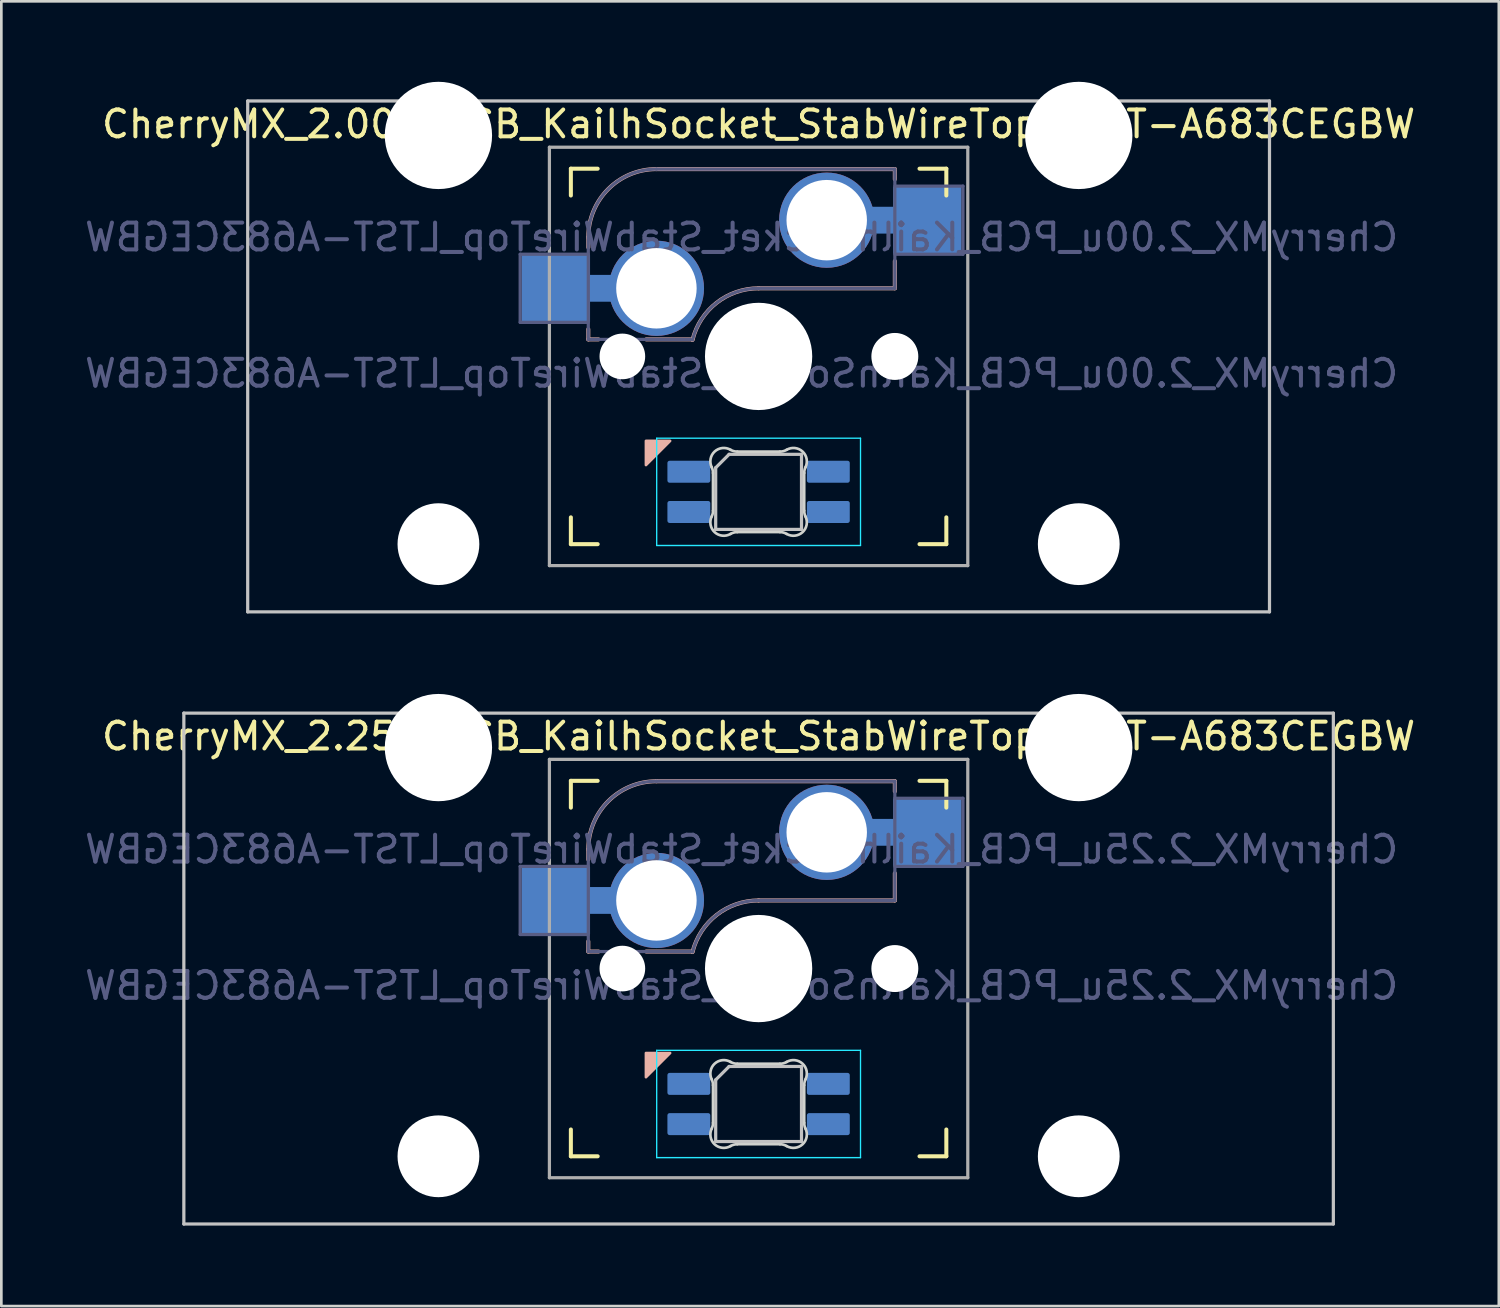
<source format=kicad_pcb>
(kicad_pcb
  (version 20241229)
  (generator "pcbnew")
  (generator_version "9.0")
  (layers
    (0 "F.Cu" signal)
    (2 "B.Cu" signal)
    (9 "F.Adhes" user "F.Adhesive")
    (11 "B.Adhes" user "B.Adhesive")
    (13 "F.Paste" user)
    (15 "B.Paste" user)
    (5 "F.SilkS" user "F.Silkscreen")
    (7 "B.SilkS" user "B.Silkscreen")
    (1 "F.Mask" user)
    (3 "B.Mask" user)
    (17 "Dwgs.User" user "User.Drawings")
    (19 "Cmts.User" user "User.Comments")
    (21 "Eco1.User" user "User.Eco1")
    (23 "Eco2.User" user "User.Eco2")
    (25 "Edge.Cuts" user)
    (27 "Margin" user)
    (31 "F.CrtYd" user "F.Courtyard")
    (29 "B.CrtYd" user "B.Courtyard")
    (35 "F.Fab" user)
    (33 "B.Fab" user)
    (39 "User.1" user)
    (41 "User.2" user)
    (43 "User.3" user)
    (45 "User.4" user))
  (footprint "CherryMX_2.25u_PCB_KailhSocket_StabWireTop_LTST-A683CEGBW"
    (layer "F.Cu")
    (at 25.236 33.065)
    (property "Reference" "CherryMX_2.25u_PCB_KailhSocket_StabWireTop_LTST-A683CEGBW" (at 0 -8.662 0) (layer "F.SilkS") (effects (font (size 1 1) (thickness 0.15))))
    (property "Value" "CherryMX_2.25u_PCB_KailhSocket_StabWireTop_LTST-A683CEGBW" (at 0 8.662 0) (layer "F.Fab") (hide yes) (effects (font (size 1 1) (thickness 0.15))))
    (attr through_hole)
    (fp_line (start -7 -6) (end -7 -7) (stroke (width 0.15) (type solid)) (layer "F.SilkS"))
    (fp_line (start -7 7) (end -7 6) (stroke (width 0.15) (type solid)) (layer "F.SilkS"))
    (fp_line (start -7 7) (end -6 7) (stroke (width 0.15) (type solid)) (layer "F.SilkS"))
    (fp_line (start -6 -7) (end -7 -7) (stroke (width 0.15) (type solid)) (layer "F.SilkS"))
    (fp_line (start 6 7) (end 7 7) (stroke (width 0.15) (type solid)) (layer "F.SilkS"))
    (fp_line (start 7 -7) (end 6 -7) (stroke (width 0.15) (type solid)) (layer "F.SilkS"))
    (fp_line (start 7 -7) (end 7 -6) (stroke (width 0.15) (type solid)) (layer "F.SilkS"))
    (fp_line (start 7 6) (end 7 7) (stroke (width 0.15) (type solid)) (layer "F.SilkS"))
    (fp_line (start -6.35 -4.445) (end -6.35 -4.064) (stroke (width 0.15) (type solid)) (layer "B.SilkS"))
    (fp_line (start -6.35 -1.016) (end -6.35 -0.635) (stroke (width 0.15) (type solid)) (layer "B.SilkS"))
    (fp_line (start -5.969 -0.635) (end -6.35 -0.635) (stroke (width 0.15) (type solid)) (layer "B.SilkS"))
    (fp_line (start -3.81 -6.985) (end 5.08 -6.985) (stroke (width 0.15) (type solid)) (layer "B.SilkS"))
    (fp_line (start -2.464 -0.635) (end -4.191 -0.635) (stroke (width 0.15) (type solid)) (layer "B.SilkS"))
    (fp_line (start 5.08 -6.985) (end 5.08 -6.604) (stroke (width 0.15) (type solid)) (layer "B.SilkS"))
    (fp_line (start 5.08 -3.556) (end 5.08 -2.54) (stroke (width 0.15) (type solid)) (layer "B.SilkS"))
    (fp_line (start 5.08 -2.54) (end 0 -2.54) (stroke (width 0.15) (type solid)) (layer "B.SilkS"))
    (fp_arc (start -6.35 -4.445) (mid -5.606051 -6.241051) (end -3.81 -6.985) (stroke (width 0.15) (type solid)) (layer "B.SilkS"))
    (fp_arc (start -2.464162 -0.61604) (mid -1.563147 -2.002042) (end 0 -2.54) (stroke (width 0.15) (type solid)) (layer "B.SilkS"))
    (fp_poly (pts (xy -4.2 4.05) (xy -3.3 3.15) (xy -4.2 3.15)) (stroke (width 0.1) (type solid)) (fill yes) (layer "B.SilkS"))
    (fp_line (start -21.431 -9.525) (end 21.431 -9.525) (stroke (width 0.12) (type solid)) (layer "Dwgs.User"))
    (fp_line (start -21.431 9.525) (end -21.431 -9.525) (stroke (width 0.12) (type solid)) (layer "Dwgs.User"))
    (fp_line (start -1.6 4.15) (end -1.6 6.45) (stroke (width 0.12) (type solid)) (layer "Dwgs.User"))
    (fp_line (start -1.6 4.15) (end -1.1 3.65) (stroke (width 0.12) (type solid)) (layer "Dwgs.User"))
    (fp_line (start -1.6 6.45) (end 1.6 6.45) (stroke (width 0.12) (type solid)) (layer "Dwgs.User"))
    (fp_line (start 1.6 3.65) (end -1.1 3.65) (stroke (width 0.12) (type solid)) (layer "Dwgs.User"))
    (fp_line (start 1.6 6.45) (end 1.6 3.65) (stroke (width 0.12) (type solid)) (layer "Dwgs.User"))
    (fp_line (start 21.431 -9.525) (end 21.431 9.525) (stroke (width 0.12) (type solid)) (layer "Dwgs.User"))
    (fp_line (start 21.431 9.525) (end -21.431 9.525) (stroke (width 0.12) (type solid)) (layer "Dwgs.User"))
    (fp_line (start -6.9 6.9) (end -6.9 -6.9) (stroke (width 0.15) (type solid)) (layer "Eco2.User"))
    (fp_line (start -6.9 6.9) (end 6.9 6.9) (stroke (width 0.15) (type solid)) (layer "Eco2.User"))
    (fp_line (start 6.9 -6.9) (end -6.9 -6.9) (stroke (width 0.15) (type solid)) (layer "Eco2.User"))
    (fp_line (start 6.9 -6.9) (end 6.9 6.9) (stroke (width 0.15) (type solid)) (layer "Eco2.User"))
    (fp_line (start -1.7 5.753) (end -1.7 4.347) (stroke (width 0.1) (type solid)) (layer "Edge.Cuts"))
    (fp_line (start -0.794 3.55) (end 0.794 3.55) (stroke (width 0.1) (type solid)) (layer "Edge.Cuts"))
    (fp_line (start 0.794 6.55) (end -0.794 6.55) (stroke (width 0.1) (type solid)) (layer "Edge.Cuts"))
    (fp_line (start 1.7 4.347) (end 1.7 5.753) (stroke (width 0.1) (type solid)) (layer "Edge.Cuts"))
    (fp_arc (start -1.749484 4.13028) (mid -1.712527 4.235932) (end -1.699999 4.347158) (stroke (width 0.1) (type solid)) (layer "Edge.Cuts"))
    (fp_arc (start -1.749484 4.130281) (mid -1.638072 3.545965) (end -1.046711 3.481701) (stroke (width 0.1) (type solid)) (layer "Edge.Cuts"))
    (fp_arc (start -1.699999 5.752843) (mid -1.712527 5.864068) (end -1.749484 5.96972) (stroke (width 0.1) (type solid)) (layer "Edge.Cuts"))
    (fp_arc (start -1.046711 6.618298) (mid -1.63807 6.554034) (end -1.749484 5.96972) (stroke (width 0.1) (type solid)) (layer "Edge.Cuts"))
    (fp_arc (start -1.046711 6.618298) (mid -0.925123 6.567376) (end -0.794453 6.549999) (stroke (width 0.1) (type solid)) (layer "Edge.Cuts"))
    (fp_arc (start -0.794452 3.55) (mid -0.925123 3.532623) (end -1.046711 3.481701) (stroke (width 0.1) (type solid)) (layer "Edge.Cuts"))
    (fp_arc (start 0.794453 6.55) (mid 0.925123 6.567377) (end 1.046711 6.618299) (stroke (width 0.1) (type solid)) (layer "Edge.Cuts"))
    (fp_arc (start 1.04671 3.481701) (mid 0.925122 3.532623) (end 0.794452 3.55) (stroke (width 0.1) (type solid)) (layer "Edge.Cuts"))
    (fp_arc (start 1.046711 3.481703) (mid 1.63807 3.545966) (end 1.749484 4.13028) (stroke (width 0.1) (type solid)) (layer "Edge.Cuts"))
    (fp_arc (start 1.699999 4.347157) (mid 1.712527 4.235932) (end 1.749484 4.13028) (stroke (width 0.1) (type solid)) (layer "Edge.Cuts"))
    (fp_arc (start 1.749484 5.96972) (mid 1.638071 6.554035) (end 1.046711 6.618299) (stroke (width 0.1) (type solid)) (layer "Edge.Cuts"))
    (fp_arc (start 1.749484 5.96972) (mid 1.712527 5.864068) (end 1.699999 5.752842) (stroke (width 0.1) (type solid)) (layer "Edge.Cuts"))
    (fp_line (start -3.8 3.05) (end -3.8 7.05) (stroke (width 0.05) (type solid)) (layer "B.CrtYd"))
    (fp_line (start -3.8 7.05) (end 3.8 7.05) (stroke (width 0.05) (type solid)) (layer "B.CrtYd"))
    (fp_line (start 3.8 3.05) (end -3.8 3.05) (stroke (width 0.05) (type solid)) (layer "B.CrtYd"))
    (fp_line (start 3.8 7.05) (end 3.8 3.05) (stroke (width 0.05) (type solid)) (layer "B.CrtYd"))
    (fp_line (start -8.89 -3.81) (end -6.35 -3.81) (stroke (width 0.12) (type solid)) (layer "B.Fab"))
    (fp_line (start -8.89 -1.27) (end -8.89 -3.81) (stroke (width 0.12) (type solid)) (layer "B.Fab"))
    (fp_line (start -6.35 -1.27) (end -8.89 -1.27) (stroke (width 0.12) (type solid)) (layer "B.Fab"))
    (fp_line (start -6.35 -0.635) (end -6.35 -4.445) (stroke (width 0.12) (type solid)) (layer "B.Fab"))
    (fp_line (start -6.35 -0.635) (end -2.54 -0.635) (stroke (width 0.12) (type solid)) (layer "B.Fab"))
    (fp_line (start -3.81 -6.985) (end 5.08 -6.985) (stroke (width 0.12) (type solid)) (layer "B.Fab"))
    (fp_line (start 5.08 -6.985) (end 5.08 -2.54) (stroke (width 0.12) (type solid)) (layer "B.Fab"))
    (fp_line (start 5.08 -6.35) (end 7.62 -6.35) (stroke (width 0.12) (type solid)) (layer "B.Fab"))
    (fp_line (start 5.08 -2.54) (end 0 -2.54) (stroke (width 0.12) (type solid)) (layer "B.Fab"))
    (fp_line (start 7.62 -6.35) (end 7.62 -3.81) (stroke (width 0.12) (type solid)) (layer "B.Fab"))
    (fp_line (start 7.62 -3.81) (end 5.08 -3.81) (stroke (width 0.12) (type solid)) (layer "B.Fab"))
    (fp_arc (start -6.35 -4.445) (mid -5.606051 -6.241051) (end -3.81 -6.985) (stroke (width 0.12) (type solid)) (layer "B.Fab"))
    (fp_arc (start -2.464162 -0.61604) (mid -1.563147 -2.002042) (end 0 -2.54) (stroke (width 0.12) (type solid)) (layer "B.Fab"))
    (fp_line (start -7.8 -7.8) (end -7.8 7.8) (stroke (width 0.12) (type solid)) (layer "F.Fab"))
    (fp_line (start -7.8 -7.8) (end 7.8 -7.8) (stroke (width 0.12) (type solid)) (layer "F.Fab"))
    (fp_line (start -7.8 7.8) (end 7.8 7.8) (stroke (width 0.12) (type solid)) (layer "F.Fab"))
    (fp_line (start 7.8 -7.8) (end 7.8 7.8) (stroke (width 0.12) (type solid)) (layer "F.Fab"))
    (fp_text user "${REFERENCE}" (at -0.635 -4.445 0) (layer "B.Fab") (effects (font (size 1 1) (thickness 0.15)) (justify mirror)))
    (fp_text user "${VALUE}" (at -0.635 0.635 0) (layer "B.Fab") (effects (font (size 1 1) (thickness 0.15)) (justify mirror)))
    (pad "" np_thru_hole circle (at -11.938 -8.24) (size 4 4) (drill 4) (layers "*.Cu" "*.Mask"))
    (pad "" np_thru_hole circle (at -11.938 7) (size 3.05 3.05) (drill 3.05) (layers "*.Cu" "*.Mask"))
    (pad "" np_thru_hole circle (at -5.08 0) (size 1.702 1.702) (drill 1.702) (layers "*.Cu" "*.Mask"))
    (pad "" np_thru_hole circle (at 0 0) (size 4 4) (drill 4) (layers "*.Cu" "*.Mask"))
    (pad "" np_thru_hole circle (at 5.08 0) (size 1.702 1.702) (drill 1.702) (layers "*.Cu" "*.Mask"))
    (pad "" np_thru_hole circle (at 5.08 0) (size 1.75 1.75) (drill 1.75) (layers "*.Cu" "*.Mask"))
    (pad "" np_thru_hole circle (at 11.938 -8.24) (size 4 4) (drill 4) (layers "*.Cu" "*.Mask"))
    (pad "" np_thru_hole circle (at 11.938 7) (size 3.05 3.05) (drill 3.05) (layers "*.Cu" "*.Mask"))
    (pad "1" smd rect (at -7.56 -2.54) (size 2.55 2.5) (layers "B.Cu" "B.Mask" "B.Paste"))
    (pad "1" connect rect (at -5.715 -2.54 90) (size 1 2.5) (layers "B.Cu"))
    (pad "1" thru_hole circle (at -3.81 -2.54) (size 3.55 3.55) (drill 3) (layers "*.Cu"))
    (pad "2" thru_hole circle (at 2.54 -5.08) (size 3.55 3.55) (drill 3) (layers "*.Cu"))
    (pad "2" connect rect (at 5.015 -5.08 270) (size 1 2.5) (layers "B.Cu"))
    (pad "2" smd rect (at 6.29 -5.08) (size 2.55 2.5) (layers "B.Cu" "B.Mask" "B.Paste"))
    (pad "3" smd roundrect (at -2.6 4.3 90) (size 0.82 1.6) (layers "B.Cu" "B.Mask" "B.Paste") (roundrect_rratio 0.1))
    (pad "4" smd roundrect (at -2.6 5.8 90) (size 0.82 1.6) (layers "B.Cu" "B.Mask" "B.Paste") (roundrect_rratio 0.1))
    (pad "5" smd roundrect (at 2.6 4.3 90) (size 0.82 1.6) (layers "B.Cu" "B.Mask" "B.Paste") (roundrect_rratio 0.1))
    (pad "6" smd roundrect (at 2.6 5.8 90) (size 0.82 1.6) (layers "B.Cu" "B.Mask" "B.Paste") (roundrect_rratio 0.1)))
  (footprint "CherryMX_2.00u_PCB_KailhSocket_StabWireTop_LTST-A683CEGBW"
    (layer "F.Cu")
    (at 25.236 10.24)
    (property "Reference" "CherryMX_2.00u_PCB_KailhSocket_StabWireTop_LTST-A683CEGBW" (at 0 -8.662 0) (layer "F.SilkS") (effects (font (size 1 1) (thickness 0.15))))
    (property "Value" "CherryMX_2.00u_PCB_KailhSocket_StabWireTop_LTST-A683CEGBW" (at 0 8.662 0) (layer "F.Fab") (hide yes) (effects (font (size 1 1) (thickness 0.15))))
    (attr through_hole)
    (fp_line (start -7 -6) (end -7 -7) (stroke (width 0.15) (type solid)) (layer "F.SilkS"))
    (fp_line (start -7 7) (end -7 6) (stroke (width 0.15) (type solid)) (layer "F.SilkS"))
    (fp_line (start -7 7) (end -6 7) (stroke (width 0.15) (type solid)) (layer "F.SilkS"))
    (fp_line (start -6 -7) (end -7 -7) (stroke (width 0.15) (type solid)) (layer "F.SilkS"))
    (fp_line (start 6 7) (end 7 7) (stroke (width 0.15) (type solid)) (layer "F.SilkS"))
    (fp_line (start 7 -7) (end 6 -7) (stroke (width 0.15) (type solid)) (layer "F.SilkS"))
    (fp_line (start 7 -7) (end 7 -6) (stroke (width 0.15) (type solid)) (layer "F.SilkS"))
    (fp_line (start 7 6) (end 7 7) (stroke (width 0.15) (type solid)) (layer "F.SilkS"))
    (fp_line (start -6.35 -4.445) (end -6.35 -4.064) (stroke (width 0.15) (type solid)) (layer "B.SilkS"))
    (fp_line (start -6.35 -1.016) (end -6.35 -0.635) (stroke (width 0.15) (type solid)) (layer "B.SilkS"))
    (fp_line (start -5.969 -0.635) (end -6.35 -0.635) (stroke (width 0.15) (type solid)) (layer "B.SilkS"))
    (fp_line (start -3.81 -6.985) (end 5.08 -6.985) (stroke (width 0.15) (type solid)) (layer "B.SilkS"))
    (fp_line (start -2.464 -0.635) (end -4.191 -0.635) (stroke (width 0.15) (type solid)) (layer "B.SilkS"))
    (fp_line (start 5.08 -6.985) (end 5.08 -6.604) (stroke (width 0.15) (type solid)) (layer "B.SilkS"))
    (fp_line (start 5.08 -3.556) (end 5.08 -2.54) (stroke (width 0.15) (type solid)) (layer "B.SilkS"))
    (fp_line (start 5.08 -2.54) (end 0 -2.54) (stroke (width 0.15) (type solid)) (layer "B.SilkS"))
    (fp_arc (start -6.35 -4.445) (mid -5.606051 -6.241051) (end -3.81 -6.985) (stroke (width 0.15) (type solid)) (layer "B.SilkS"))
    (fp_arc (start -2.464162 -0.61604) (mid -1.563147 -2.002042) (end 0 -2.54) (stroke (width 0.15) (type solid)) (layer "B.SilkS"))
    (fp_poly (pts (xy -4.2 4.05) (xy -3.3 3.15) (xy -4.2 3.15)) (stroke (width 0.1) (type solid)) (fill yes) (layer "B.SilkS"))
    (fp_line (start -19.05 -9.525) (end 19.05 -9.525) (stroke (width 0.12) (type solid)) (layer "Dwgs.User"))
    (fp_line (start -19.05 9.525) (end -19.05 -9.525) (stroke (width 0.12) (type solid)) (layer "Dwgs.User"))
    (fp_line (start -1.6 4.15) (end -1.6 6.45) (stroke (width 0.12) (type solid)) (layer "Dwgs.User"))
    (fp_line (start -1.6 4.15) (end -1.1 3.65) (stroke (width 0.12) (type solid)) (layer "Dwgs.User"))
    (fp_line (start -1.6 6.45) (end 1.6 6.45) (stroke (width 0.12) (type solid)) (layer "Dwgs.User"))
    (fp_line (start 1.6 3.65) (end -1.1 3.65) (stroke (width 0.12) (type solid)) (layer "Dwgs.User"))
    (fp_line (start 1.6 6.45) (end 1.6 3.65) (stroke (width 0.12) (type solid)) (layer "Dwgs.User"))
    (fp_line (start 19.05 -9.525) (end 19.05 9.525) (stroke (width 0.12) (type solid)) (layer "Dwgs.User"))
    (fp_line (start 19.05 9.525) (end -19.05 9.525) (stroke (width 0.12) (type solid)) (layer "Dwgs.User"))
    (fp_line (start -6.9 6.9) (end -6.9 -6.9) (stroke (width 0.15) (type solid)) (layer "Eco2.User"))
    (fp_line (start -6.9 6.9) (end 6.9 6.9) (stroke (width 0.15) (type solid)) (layer "Eco2.User"))
    (fp_line (start 6.9 -6.9) (end -6.9 -6.9) (stroke (width 0.15) (type solid)) (layer "Eco2.User"))
    (fp_line (start 6.9 -6.9) (end 6.9 6.9) (stroke (width 0.15) (type solid)) (layer "Eco2.User"))
    (fp_line (start -1.7 5.753) (end -1.7 4.347) (stroke (width 0.1) (type solid)) (layer "Edge.Cuts"))
    (fp_line (start -0.794 3.55) (end 0.794 3.55) (stroke (width 0.1) (type solid)) (layer "Edge.Cuts"))
    (fp_line (start 0.794 6.55) (end -0.794 6.55) (stroke (width 0.1) (type solid)) (layer "Edge.Cuts"))
    (fp_line (start 1.7 4.347) (end 1.7 5.753) (stroke (width 0.1) (type solid)) (layer "Edge.Cuts"))
    (fp_arc (start -1.749484 4.13028) (mid -1.712527 4.235932) (end -1.699999 4.347158) (stroke (width 0.1) (type solid)) (layer "Edge.Cuts"))
    (fp_arc (start -1.749484 4.130281) (mid -1.638072 3.545965) (end -1.046711 3.481701) (stroke (width 0.1) (type solid)) (layer "Edge.Cuts"))
    (fp_arc (start -1.699999 5.752843) (mid -1.712527 5.864068) (end -1.749484 5.96972) (stroke (width 0.1) (type solid)) (layer "Edge.Cuts"))
    (fp_arc (start -1.046711 6.618298) (mid -1.63807 6.554034) (end -1.749484 5.96972) (stroke (width 0.1) (type solid)) (layer "Edge.Cuts"))
    (fp_arc (start -1.046711 6.618298) (mid -0.925123 6.567376) (end -0.794453 6.549999) (stroke (width 0.1) (type solid)) (layer "Edge.Cuts"))
    (fp_arc (start -0.794452 3.55) (mid -0.925123 3.532623) (end -1.046711 3.481701) (stroke (width 0.1) (type solid)) (layer "Edge.Cuts"))
    (fp_arc (start 0.794453 6.55) (mid 0.925123 6.567377) (end 1.046711 6.618299) (stroke (width 0.1) (type solid)) (layer "Edge.Cuts"))
    (fp_arc (start 1.04671 3.481701) (mid 0.925122 3.532623) (end 0.794452 3.55) (stroke (width 0.1) (type solid)) (layer "Edge.Cuts"))
    (fp_arc (start 1.046711 3.481703) (mid 1.63807 3.545966) (end 1.749484 4.13028) (stroke (width 0.1) (type solid)) (layer "Edge.Cuts"))
    (fp_arc (start 1.699999 4.347157) (mid 1.712527 4.235932) (end 1.749484 4.13028) (stroke (width 0.1) (type solid)) (layer "Edge.Cuts"))
    (fp_arc (start 1.749484 5.96972) (mid 1.638071 6.554035) (end 1.046711 6.618299) (stroke (width 0.1) (type solid)) (layer "Edge.Cuts"))
    (fp_arc (start 1.749484 5.96972) (mid 1.712527 5.864068) (end 1.699999 5.752842) (stroke (width 0.1) (type solid)) (layer "Edge.Cuts"))
    (fp_line (start -3.8 3.05) (end -3.8 7.05) (stroke (width 0.05) (type solid)) (layer "B.CrtYd"))
    (fp_line (start -3.8 7.05) (end 3.8 7.05) (stroke (width 0.05) (type solid)) (layer "B.CrtYd"))
    (fp_line (start 3.8 3.05) (end -3.8 3.05) (stroke (width 0.05) (type solid)) (layer "B.CrtYd"))
    (fp_line (start 3.8 7.05) (end 3.8 3.05) (stroke (width 0.05) (type solid)) (layer "B.CrtYd"))
    (fp_line (start -8.89 -3.81) (end -6.35 -3.81) (stroke (width 0.12) (type solid)) (layer "B.Fab"))
    (fp_line (start -8.89 -1.27) (end -8.89 -3.81) (stroke (width 0.12) (type solid)) (layer "B.Fab"))
    (fp_line (start -6.35 -1.27) (end -8.89 -1.27) (stroke (width 0.12) (type solid)) (layer "B.Fab"))
    (fp_line (start -6.35 -0.635) (end -6.35 -4.445) (stroke (width 0.12) (type solid)) (layer "B.Fab"))
    (fp_line (start -6.35 -0.635) (end -2.54 -0.635) (stroke (width 0.12) (type solid)) (layer "B.Fab"))
    (fp_line (start -3.81 -6.985) (end 5.08 -6.985) (stroke (width 0.12) (type solid)) (layer "B.Fab"))
    (fp_line (start 5.08 -6.985) (end 5.08 -2.54) (stroke (width 0.12) (type solid)) (layer "B.Fab"))
    (fp_line (start 5.08 -6.35) (end 7.62 -6.35) (stroke (width 0.12) (type solid)) (layer "B.Fab"))
    (fp_line (start 5.08 -2.54) (end 0 -2.54) (stroke (width 0.12) (type solid)) (layer "B.Fab"))
    (fp_line (start 7.62 -6.35) (end 7.62 -3.81) (stroke (width 0.12) (type solid)) (layer "B.Fab"))
    (fp_line (start 7.62 -3.81) (end 5.08 -3.81) (stroke (width 0.12) (type solid)) (layer "B.Fab"))
    (fp_arc (start -6.35 -4.445) (mid -5.606051 -6.241051) (end -3.81 -6.985) (stroke (width 0.12) (type solid)) (layer "B.Fab"))
    (fp_arc (start -2.464162 -0.61604) (mid -1.563147 -2.002042) (end 0 -2.54) (stroke (width 0.12) (type solid)) (layer "B.Fab"))
    (fp_line (start -7.8 -7.8) (end -7.8 7.8) (stroke (width 0.12) (type solid)) (layer "F.Fab"))
    (fp_line (start -7.8 -7.8) (end 7.8 -7.8) (stroke (width 0.12) (type solid)) (layer "F.Fab"))
    (fp_line (start -7.8 7.8) (end 7.8 7.8) (stroke (width 0.12) (type solid)) (layer "F.Fab"))
    (fp_line (start 7.8 -7.8) (end 7.8 7.8) (stroke (width 0.12) (type solid)) (layer "F.Fab"))
    (fp_text user "${VALUE}" (at -0.635 0.635 0) (layer "B.Fab") (effects (font (size 1 1) (thickness 0.15)) (justify mirror)))
    (fp_text user "${REFERENCE}" (at -0.635 -4.445 0) (layer "B.Fab") (effects (font (size 1 1) (thickness 0.15)) (justify mirror)))
    (pad "" np_thru_hole circle (at -11.938 -8.24) (size 4 4) (drill 4) (layers "*.Cu" "*.Mask"))
    (pad "" np_thru_hole circle (at -11.938 7) (size 3.05 3.05) (drill 3.05) (layers "*.Cu" "*.Mask"))
    (pad "" np_thru_hole circle (at -5.08 0) (size 1.702 1.702) (drill 1.702) (layers "*.Cu" "*.Mask"))
    (pad "" np_thru_hole circle (at 0 0) (size 4 4) (drill 4) (layers "*.Cu" "*.Mask"))
    (pad "" np_thru_hole circle (at 5.08 0) (size 1.702 1.702) (drill 1.702) (layers "*.Cu" "*.Mask"))
    (pad "" np_thru_hole circle (at 5.08 0) (size 1.75 1.75) (drill 1.75) (layers "*.Cu" "*.Mask"))
    (pad "" np_thru_hole circle (at 11.938 -8.24) (size 4 4) (drill 4) (layers "*.Cu" "*.Mask"))
    (pad "" np_thru_hole circle (at 11.938 7) (size 3.05 3.05) (drill 3.05) (layers "*.Cu" "*.Mask"))
    (pad "1" smd rect (at -7.56 -2.54) (size 2.55 2.5) (layers "B.Cu" "B.Mask" "B.Paste"))
    (pad "1" connect rect (at -5.715 -2.54 90) (size 1 2.5) (layers "B.Cu"))
    (pad "1" thru_hole circle (at -3.81 -2.54) (size 3.55 3.55) (drill 3) (layers "*.Cu"))
    (pad "2" thru_hole circle (at 2.54 -5.08) (size 3.55 3.55) (drill 3) (layers "*.Cu"))
    (pad "2" connect rect (at 5.015 -5.08 270) (size 1 2.5) (layers "B.Cu"))
    (pad "2" smd rect (at 6.29 -5.08) (size 2.55 2.5) (layers "B.Cu" "B.Mask" "B.Paste"))
    (pad "3" smd roundrect (at -2.6 4.3 90) (size 0.82 1.6) (layers "B.Cu" "B.Mask" "B.Paste") (roundrect_rratio 0.1))
    (pad "4" smd roundrect (at -2.6 5.8 90) (size 0.82 1.6) (layers "B.Cu" "B.Mask" "B.Paste") (roundrect_rratio 0.1))
    (pad "5" smd roundrect (at 2.6 4.3 90) (size 0.82 1.6) (layers "B.Cu" "B.Mask" "B.Paste") (roundrect_rratio 0.1))
    (pad "6" smd roundrect (at 2.6 5.8 90) (size 0.82 1.6) (layers "B.Cu" "B.Mask" "B.Paste") (roundrect_rratio 0.1)))
  (gr_rect
    (start -3 -3)
    (end 52.837 45.65)
    (stroke (width 0.1) (type default))
    (fill no)
    (layer "Edge.Cuts")))
</source>
